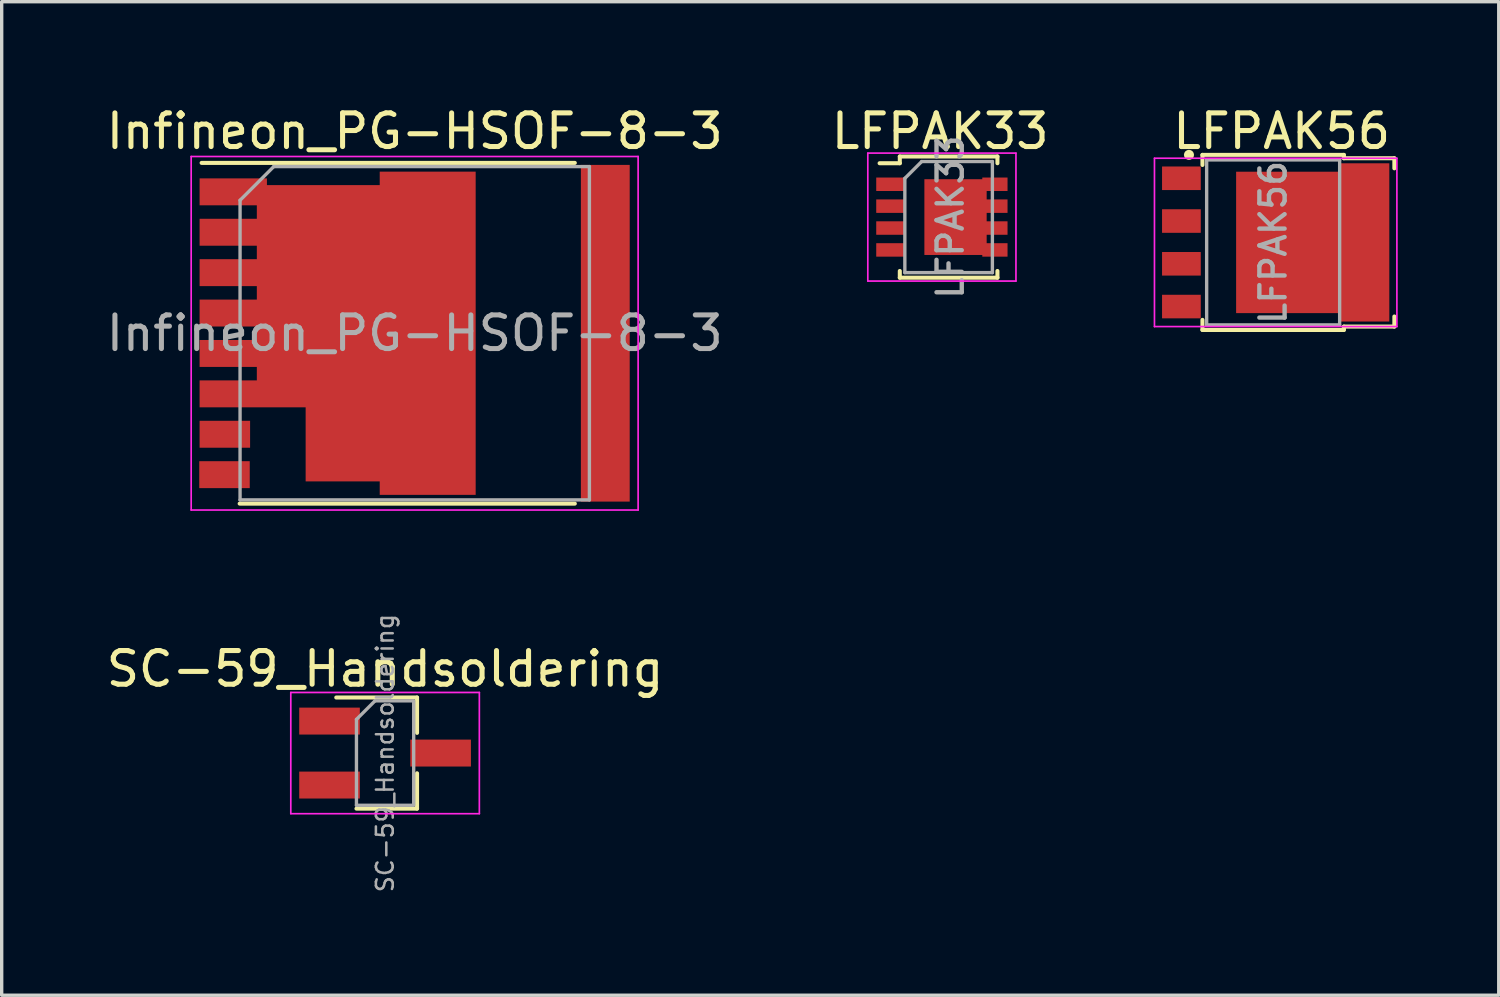
<source format=kicad_pcb>
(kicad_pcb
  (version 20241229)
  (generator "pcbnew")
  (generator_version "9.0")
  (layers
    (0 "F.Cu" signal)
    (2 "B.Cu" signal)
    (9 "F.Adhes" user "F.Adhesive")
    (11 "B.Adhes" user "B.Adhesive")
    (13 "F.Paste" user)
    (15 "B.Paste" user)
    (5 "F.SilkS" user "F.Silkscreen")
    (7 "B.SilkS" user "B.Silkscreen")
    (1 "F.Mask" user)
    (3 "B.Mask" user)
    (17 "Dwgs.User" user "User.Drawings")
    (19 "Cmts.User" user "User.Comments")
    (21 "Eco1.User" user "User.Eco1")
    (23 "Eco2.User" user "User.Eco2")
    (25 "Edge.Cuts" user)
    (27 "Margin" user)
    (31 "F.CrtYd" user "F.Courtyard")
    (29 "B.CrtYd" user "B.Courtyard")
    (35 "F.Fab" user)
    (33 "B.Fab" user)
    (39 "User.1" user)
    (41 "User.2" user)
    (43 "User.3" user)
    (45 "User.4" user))
  (footprint "LFPAK33"
    (layer "F.Cu")
    (at 24.925 3.398)
    (property "Reference" "LFPAK33" (at -0.05 -2.55 0) (layer "F.SilkS") (effects (font (size 1 1) (thickness 0.15))))
    (attr smd)
    (fp_line (start -1.85 -1.6) (end -1.25 -1.6) (stroke (width 0.12) (type solid)) (layer "F.SilkS"))
    (fp_line (start -1.25 -1.8) (end -1.25 -1.6) (stroke (width 0.12) (type solid)) (layer "F.SilkS"))
    (fp_line (start -1.25 1.6) (end -1.25 1.8) (stroke (width 0.12) (type solid)) (layer "F.SilkS"))
    (fp_line (start -1.25 1.8) (end 1.65 1.8) (stroke (width 0.12) (type solid)) (layer "F.SilkS"))
    (fp_line (start 1.65 -1.8) (end -1.25 -1.8) (stroke (width 0.12) (type solid)) (layer "F.SilkS"))
    (fp_line (start 1.65 -1.6) (end 1.65 -1.8) (stroke (width 0.12) (type solid)) (layer "F.SilkS"))
    (fp_line (start 1.65 1.8) (end 1.65 1.6) (stroke (width 0.12) (type solid)) (layer "F.SilkS"))
    (fp_line (start -2.2 -1.9) (end 2.2 -1.9) (stroke (width 0.05) (type solid)) (layer "F.CrtYd"))
    (fp_line (start -2.2 1.9) (end -2.2 -1.9) (stroke (width 0.05) (type solid)) (layer "F.CrtYd"))
    (fp_line (start -2.2 1.9) (end 2.2 1.9) (stroke (width 0.05) (type solid)) (layer "F.CrtYd"))
    (fp_line (start 2.2 -1.9) (end 2.2 1.9) (stroke (width 0.05) (type solid)) (layer "F.CrtYd"))
    (fp_line (start -1.1 -1.15) (end -1.1 1.65) (stroke (width 0.1) (type solid)) (layer "F.Fab"))
    (fp_line (start -1.1 1.65) (end 1.5 1.65) (stroke (width 0.1) (type solid)) (layer "F.Fab"))
    (fp_line (start -0.6 -1.65) (end -1.1 -1.15) (stroke (width 0.1) (type solid)) (layer "F.Fab"))
    (fp_line (start -0.6 -1.65) (end 1.5 -1.65) (stroke (width 0.1) (type solid)) (layer "F.Fab"))
    (fp_line (start 1.5 1.65) (end 1.5 -1.65) (stroke (width 0.1) (type solid)) (layer "F.Fab"))
    (fp_text user "${REFERENCE}" (at 0.25 0 90) (layer "F.Fab") (effects (font (size 0.75 0.75) (thickness 0.13))))
    (pad "" smd rect (at -1.535 -0.975) (size 0.83 0.3) (layers "F.Paste"))
    (pad "" smd rect (at -1.535 -0.325) (size 0.83 0.3) (layers "F.Paste"))
    (pad "" smd rect (at -1.535 0.325) (size 0.83 0.3) (layers "F.Paste"))
    (pad "" smd rect (at -1.535 0.975) (size 0.83 0.3) (layers "F.Paste"))
    (pad "" smd rect (at -0.215 -0.626) (size 0.51 0.635) (layers "F.Paste"))
    (pad "" smd rect (at -0.215 0.626) (size 0.51 0.635) (layers "F.Paste"))
    (pad "" smd rect (at 0.645 -0.626) (size 0.51 0.635) (layers "F.Paste"))
    (pad "" smd rect (at 0.645 0.626) (size 0.51 0.635) (layers "F.Paste"))
    (pad "" smd rect (at 1.575 -0.975) (size 0.75 0.3) (layers "F.Paste"))
    (pad "" smd rect (at 1.575 -0.325) (size 0.75 0.3) (layers "F.Paste"))
    (pad "" smd rect (at 1.575 0.325) (size 0.75 0.3) (layers "F.Paste"))
    (pad "" smd rect (at 1.575 0.975) (size 0.75 0.3) (layers "F.Paste"))
    (pad "1" smd rect (at -1.535 -0.975) (size 0.83 0.4) (layers "F.Cu" "F.Mask"))
    (pad "2" smd rect (at -1.535 -0.325) (size 0.83 0.4) (layers "F.Cu" "F.Mask"))
    (pad "3" smd rect (at -1.535 0.325) (size 0.83 0.4) (layers "F.Cu" "F.Mask"))
    (pad "4" smd rect (at -1.535 0.975) (size 0.83 0.4) (layers "F.Cu" "F.Mask"))
    (pad "5" smd rect (at 0.405 0) (size 1.85 2.25) (layers "F.Cu" "F.Mask"))
    (pad "5" smd rect (at 1.575 -0.975) (size 0.75 0.4) (layers "F.Cu" "F.Mask"))
    (pad "5" smd rect (at 1.575 -0.325) (size 0.75 0.4) (layers "F.Cu" "F.Mask"))
    (pad "5" smd rect (at 1.575 0.325) (size 0.75 0.4) (layers "F.Cu" "F.Mask"))
    (pad "5" smd rect (at 1.575 0.975) (size 0.75 0.4) (layers "F.Cu" "F.Mask")))
  (footprint "LFPAK56"
    (layer "F.Cu")
    (at 34.839 4.15)
    (property "Reference" "LFPAK56" (at 0.179 -3.302 0) (layer "F.SilkS") (effects (font (size 1 1) (thickness 0.15))))
    (attr smd)
    (fp_line (start -2.175 -2.6) (end -2.175 -2.3) (stroke (width 0.12) (type solid)) (layer "F.SilkS"))
    (fp_line (start -2.175 2.3) (end -2.175 2.6) (stroke (width 0.12) (type solid)) (layer "F.SilkS"))
    (fp_line (start -2.175 2.6) (end 2.025 2.6) (stroke (width 0.12) (type solid)) (layer "F.SilkS"))
    (fp_line (start 2.025 -2.6) (end -2.175 -2.6) (stroke (width 0.12) (type solid)) (layer "F.SilkS"))
    (fp_line (start 2.025 -2.5) (end 2.025 -2.6) (stroke (width 0.12) (type solid)) (layer "F.SilkS"))
    (fp_line (start 2.025 2.6) (end 2.025 2.5) (stroke (width 0.12) (type solid)) (layer "F.SilkS"))
    (fp_line (start 3.525 -2.5) (end 2.025 -2.5) (stroke (width 0.12) (type solid)) (layer "F.SilkS"))
    (fp_line (start 3.525 -2.5) (end 3.525 -2.2) (stroke (width 0.12) (type solid)) (layer "F.SilkS"))
    (fp_line (start 3.525 2.2) (end 3.525 2.5) (stroke (width 0.12) (type solid)) (layer "F.SilkS"))
    (fp_line (start 3.525 2.5) (end 2.025 2.5) (stroke (width 0.12) (type solid)) (layer "F.SilkS"))
    (fp_circle (center -2.575 -2.6) (end -2.5 -2.6) (stroke (width 0.15) (type solid)) (fill no) (layer "F.SilkS"))
    (fp_line (start -3.6 -2.5) (end 3.6 -2.5) (stroke (width 0.05) (type solid)) (layer "F.CrtYd"))
    (fp_line (start -3.6 2.5) (end -3.6 -2.5) (stroke (width 0.05) (type solid)) (layer "F.CrtYd"))
    (fp_line (start -3.6 2.5) (end 3.6 2.5) (stroke (width 0.05) (type solid)) (layer "F.CrtYd"))
    (fp_line (start 3.6 -2.5) (end 3.6 2.5) (stroke (width 0.05) (type solid)) (layer "F.CrtYd"))
    (fp_line (start -2.05 -2.45) (end 1.9 -2.45) (stroke (width 0.1) (type solid)) (layer "F.Fab"))
    (fp_line (start -2.05 2.45) (end -2.05 -2.45) (stroke (width 0.1) (type solid)) (layer "F.Fab"))
    (fp_line (start -2.05 2.45) (end 1.9 2.45) (stroke (width 0.1) (type solid)) (layer "F.Fab"))
    (fp_line (start 1.9 2.45) (end 1.9 -2.45) (stroke (width 0.1) (type solid)) (layer "F.Fab"))
    (fp_text user "${REFERENCE}" (at -0.075 0 90) (layer "F.Fab") (effects (font (size 0.75 0.75) (thickness 0.13))))
    (pad "" smd rect (at -2.8 -1.905) (size 1.15 0.7) (layers "F.Paste"))
    (pad "" smd rect (at -2.8 -0.635) (size 1.15 0.7) (layers "F.Paste"))
    (pad "" smd rect (at -2.8 0.635) (size 1.15 0.7) (layers "F.Paste"))
    (pad "" smd rect (at -2.8 1.905) (size 1.15 0.7) (layers "F.Paste"))
    (pad "" smd rect (at -0.629 -1.143) (size 0.6 0.9) (layers "F.Paste"))
    (pad "" smd rect (at -0.629 0.007) (size 0.6 0.9) (layers "F.Paste"))
    (pad "" smd rect (at -0.629 1.157) (size 0.6 0.9) (layers "F.Paste"))
    (pad "" smd rect (at 0.221 -1.143) (size 0.6 0.9) (layers "F.Paste"))
    (pad "" smd rect (at 0.221 0.007) (size 0.6 0.9) (layers "F.Paste"))
    (pad "" smd rect (at 0.221 1.157) (size 0.6 0.9) (layers "F.Paste"))
    (pad "" smd rect (at 1.071 -1.143) (size 0.6 0.9) (layers "F.Paste"))
    (pad "" smd rect (at 1.071 0.007) (size 0.6 0.9) (layers "F.Paste"))
    (pad "" smd rect (at 1.071 1.157) (size 0.6 0.9) (layers "F.Paste"))
    (pad "" smd rect (at 2.925 -1.905) (size 0.9 0.6) (layers "F.Paste"))
    (pad "" smd rect (at 2.925 -0.635) (size 0.9 0.6) (layers "F.Paste"))
    (pad "" smd rect (at 2.925 0.635) (size 0.9 0.6) (layers "F.Paste"))
    (pad "" smd rect (at 2.925 1.905) (size 0.9 0.6) (layers "F.Paste"))
    (pad "1" smd rect (at -2.8 -1.905) (size 1.15 0.7) (layers "F.Cu" "F.Mask"))
    (pad "2" smd rect (at -2.8 -0.635) (size 1.15 0.7) (layers "F.Cu" "F.Mask"))
    (pad "3" smd rect (at -2.8 0.635) (size 1.15 0.7) (layers "F.Cu" "F.Mask"))
    (pad "4" smd rect (at -2.8 1.905) (size 1.15 0.7) (layers "F.Cu" "F.Mask"))
    (pad "5" smd rect (at 0.375 0) (size 3.1 4.2) (layers "F.Cu" "F.Mask"))
    (pad "5" smd rect (at 2.65 0) (size 1.45 4.7) (layers "F.Cu" "F.Mask")))
  (footprint "Infineon_PG-HSOF-8-3"
    (layer "F.Cu")
    (at 9.268 6.848)
    (property "Reference" "Infineon_PG-HSOF-8-3" (at 0 -6 0) (layer "F.SilkS") (effects (font (size 1 1) (thickness 0.15))))
    (attr smd)
    (fp_line (start -5.2 5.06) (end 4.755 5.06) (stroke (width 0.12) (type solid)) (layer "F.SilkS"))
    (fp_line (start 4.755 -5.06) (end -6.33 -5.06) (stroke (width 0.12) (type solid)) (layer "F.SilkS"))
    (fp_line (start -6.64 5.25) (end -6.64 -5.25) (stroke (width 0.05) (type solid)) (layer "F.CrtYd"))
    (fp_line (start -6.64 5.25) (end 6.635 5.25) (stroke (width 0.05) (type solid)) (layer "F.CrtYd"))
    (fp_line (start 6.635 -5.25) (end -6.64 -5.25) (stroke (width 0.05) (type solid)) (layer "F.CrtYd"))
    (fp_line (start 6.635 -5.25) (end 6.635 5.25) (stroke (width 0.05) (type solid)) (layer "F.CrtYd"))
    (fp_line (start -5.188 4.95) (end -5.188 -3.95) (stroke (width 0.1) (type solid)) (layer "F.Fab"))
    (fp_line (start -4.188 -4.95) (end -5.188 -3.95) (stroke (width 0.1) (type solid)) (layer "F.Fab"))
    (fp_line (start -4.188 -4.95) (end 5.188 -4.95) (stroke (width 0.1) (type solid)) (layer "F.Fab"))
    (fp_line (start 5.188 -4.95) (end 5.188 4.95) (stroke (width 0.1) (type solid)) (layer "F.Fab"))
    (fp_line (start 5.188 4.95) (end -5.188 4.95) (stroke (width 0.1) (type solid)) (layer "F.Fab"))
    (fp_text user "${REFERENCE}" (at 0 0 0) (layer "F.Fab") (effects (font (size 1 1) (thickness 0.15))))
    (pad "" smd rect (at -5.44 -4.2) (size 1.8 0.8) (layers "F.Paste"))
    (pad "" smd rect (at -5.44 -3) (size 1.8 0.8) (layers "F.Paste"))
    (pad "" smd rect (at -5.44 -1.8) (size 1.8 0.8) (layers "F.Paste"))
    (pad "" smd rect (at -5.44 -0.6) (size 1.8 0.8) (layers "F.Paste"))
    (pad "" smd rect (at -5.44 0.6) (size 1.8 0.8) (layers "F.Paste"))
    (pad "" smd rect (at -5.44 1.8) (size 1.8 0.8) (layers "F.Paste"))
    (pad "" smd rect (at -3.6 -2.25) (size 0.8 4.1) (layers "F.Paste"))
    (pad "" smd rect (at -3.6 1.15) (size 0.8 1.9) (layers "F.Paste"))
    (pad "" smd rect (at -2.4 -2.25) (size 0.8 4.1) (layers "F.Paste"))
    (pad "" smd rect (at -2.4 2.25) (size 0.8 4.1) (layers "F.Paste"))
    (pad "" smd rect (at -1.2 -2.25) (size 0.8 4.1) (layers "F.Paste"))
    (pad "" smd rect (at -1.2 2.25) (size 0.8 4.1) (layers "F.Paste"))
    (pad "" smd rect (at 0 -2.45) (size 0.8 4.5) (layers "F.Paste"))
    (pad "" smd rect (at 0 2.45) (size 0.8 4.5) (layers "F.Paste"))
    (pad "" smd rect (at 1.26 -2.45) (size 0.8 4.5) (layers "F.Paste"))
    (pad "" smd rect (at 1.26 2.45) (size 0.8 4.5) (layers "F.Paste"))
    (pad "" smd rect (at 5.65 -4) (size 1.35 1.5) (layers "F.Paste"))
    (pad "" smd rect (at 5.65 4) (size 1.35 1.5) (layers "F.Paste"))
    (pad "" smd rect (at 5.66 -2) (size 1.35 1.5) (layers "F.Paste"))
    (pad "" smd rect (at 5.66 0) (size 1.35 1.5) (layers "F.Paste"))
    (pad "" smd rect (at 5.66 2) (size 1.35 1.5) (layers "F.Paste"))
    (pad "D" smd rect (at 5.66 0) (size 1.45 10) (layers "F.Cu" "F.Mask"))
    (pad "G" smd rect (at -5.65 4.2) (size 1.5 0.8) (layers "F.Cu" "F.Mask" "F.Paste"))
    (pad "S" smd custom (at 0.385 0) (size 2.85 9.6) (layers "F.Cu" "F.Mask") (options (anchor rect)) (primitives (gr_poly (pts (xy -1.425 -4.4) (xy -1.425 4.4) (xy -3.625 4.4) (xy -3.625 2.2) (xy -6.775 2.2) (xy -6.775 1.4) (xy -5.075 1.4) (xy -5.075 1) (xy -6.775 1) (xy -6.775 0.2) (xy -5.075 0.2) (xy -5.075 -0.2) (xy -6.775 -0.2) (xy -6.775 -1) (xy -5.075 -1) (xy -5.075 -1.4) (xy -6.775 -1.4) (xy -6.775 -2.2) (xy -5.075 -2.2) (xy -5.075 -2.6) (xy -6.775 -2.6) (xy -6.775 -3.4) (xy -5.075 -3.4) (xy -5.075 -3.8) (xy -6.775 -3.8) (xy -6.775 -4.6) (xy -4.775 -4.6) (xy -4.775 -4.4)) (width 0) (fill yes))))
    (pad "SS" smd rect (at -5.64 3) (size 1.5 0.8) (layers "F.Cu" "F.Mask" "F.Paste")))
  (footprint "SC-59_Handsoldering"
    (layer "F.Cu")
    (at 8.387 19.317)
    (property "Reference" "SC-59_Handsoldering" (at 0 -2.5 0) (layer "F.SilkS") (effects (font (size 1 1) (thickness 0.15))))
    (attr smd)
    (fp_line (start -1.45 -1.65) (end 0.95 -1.65) (stroke (width 0.12) (type solid)) (layer "F.SilkS"))
    (fp_line (start -0.85 1.65) (end 0.95 1.65) (stroke (width 0.12) (type solid)) (layer "F.SilkS"))
    (fp_line (start 0.95 -1.65) (end 0.95 -0.6) (stroke (width 0.12) (type solid)) (layer "F.SilkS"))
    (fp_line (start 0.95 1.65) (end 0.95 0.6) (stroke (width 0.12) (type solid)) (layer "F.SilkS"))
    (fp_line (start -2.8 -1.8) (end -2.8 1.8) (stroke (width 0.05) (type solid)) (layer "F.CrtYd"))
    (fp_line (start -2.8 -1.8) (end 2.8 -1.8) (stroke (width 0.05) (type solid)) (layer "F.CrtYd"))
    (fp_line (start 2.8 1.8) (end -2.8 1.8) (stroke (width 0.05) (type solid)) (layer "F.CrtYd"))
    (fp_line (start 2.8 1.8) (end 2.8 -1.8) (stroke (width 0.05) (type solid)) (layer "F.CrtYd"))
    (fp_line (start -0.85 1.55) (end -0.85 -1) (stroke (width 0.1) (type solid)) (layer "F.Fab"))
    (fp_line (start -0.85 1.55) (end 0.85 1.55) (stroke (width 0.1) (type solid)) (layer "F.Fab"))
    (fp_line (start -0.3 -1.55) (end -0.85 -1) (stroke (width 0.1) (type solid)) (layer "F.Fab"))
    (fp_line (start -0.3 -1.55) (end 0.85 -1.55) (stroke (width 0.1) (type solid)) (layer "F.Fab"))
    (fp_line (start 0.85 -1.52) (end 0.85 1.52) (stroke (width 0.1) (type solid)) (layer "F.Fab"))
    (fp_text user "${REFERENCE}" (at 0 0 90) (layer "F.Fab") (effects (font (size 0.5 0.5) (thickness 0.075))))
    (pad "1" smd rect (at -1.65 -0.95) (size 1.8 0.8) (layers "F.Cu" "F.Mask" "F.Paste"))
    (pad "2" smd rect (at -1.65 0.95) (size 1.8 0.8) (layers "F.Cu" "F.Mask" "F.Paste"))
    (pad "3" smd rect (at 1.65 0) (size 1.8 0.8) (layers "F.Cu" "F.Mask" "F.Paste")))
  (gr_rect
    (start -3 -3)
    (end 41.464 26.51)
    (stroke (width 0.1) (type default))
    (fill no)
    (layer "Edge.Cuts")))
</source>
